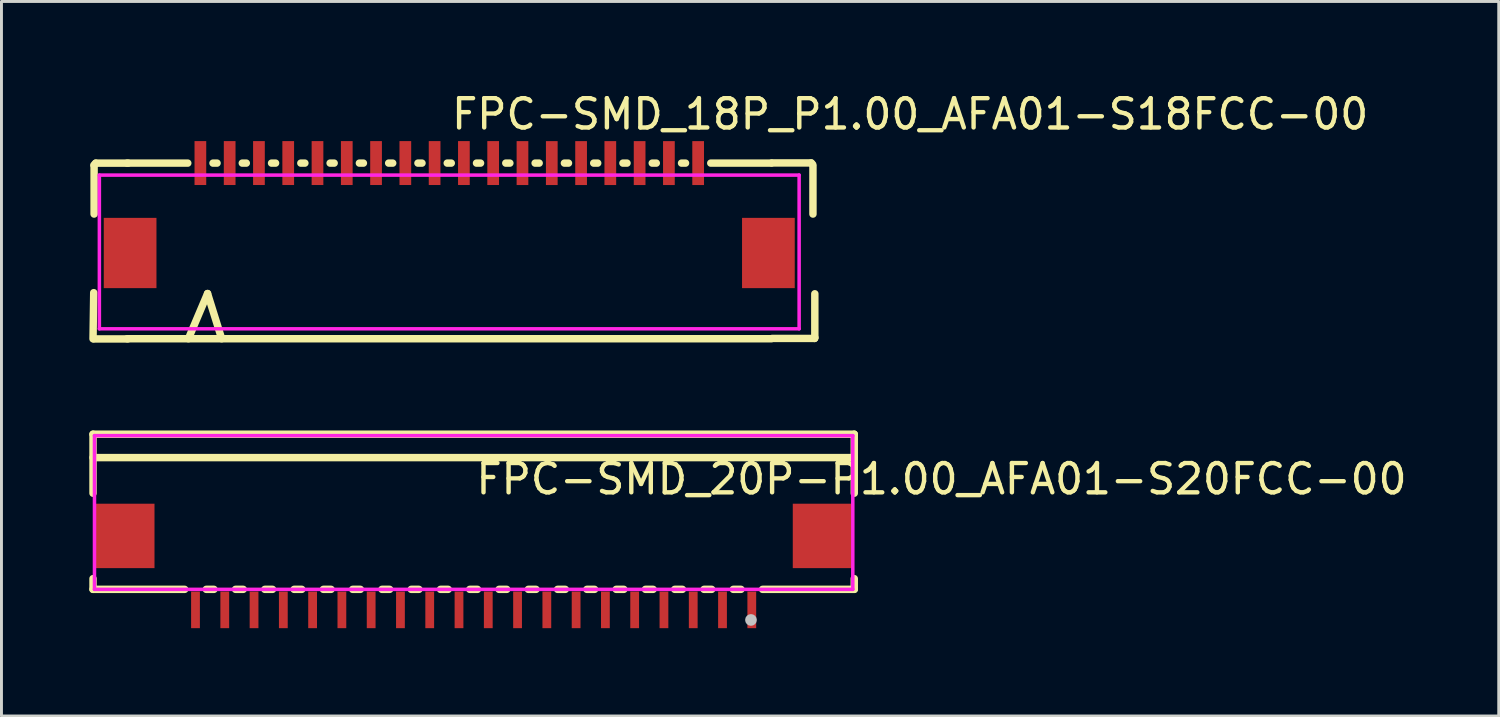
<source format=kicad_pcb>
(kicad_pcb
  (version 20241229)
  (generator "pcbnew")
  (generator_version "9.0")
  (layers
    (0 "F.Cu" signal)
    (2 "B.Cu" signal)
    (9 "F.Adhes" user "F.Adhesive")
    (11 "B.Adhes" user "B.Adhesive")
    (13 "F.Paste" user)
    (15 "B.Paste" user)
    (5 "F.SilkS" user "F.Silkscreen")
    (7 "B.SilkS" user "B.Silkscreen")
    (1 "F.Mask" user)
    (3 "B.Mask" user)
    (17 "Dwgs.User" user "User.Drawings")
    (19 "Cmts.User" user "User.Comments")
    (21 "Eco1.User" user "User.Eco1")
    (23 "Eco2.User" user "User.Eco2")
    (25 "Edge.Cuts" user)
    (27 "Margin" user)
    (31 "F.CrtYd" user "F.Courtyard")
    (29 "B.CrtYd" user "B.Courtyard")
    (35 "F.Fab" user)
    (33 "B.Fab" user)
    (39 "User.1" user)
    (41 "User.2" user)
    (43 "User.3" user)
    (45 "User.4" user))
  (footprint "FPC-SMD_20P-P1.00_AFA01-S20FCC-00"
    (layer "F.Cu")
    (at 13.127 16.517)
    (property "Reference" "FPC-SMD_20P-P1.00_AFA01-S20FCC-00" (at 0 -3.207 0) (layer "F.SilkS") (effects (font (size 1 1) (thickness 0.15)) (justify left)))
    (attr through_hole)
    (fp_line (start -13 -4.737) (end 13 -4.737) (stroke (width 0.254) (type solid)) (layer "F.SilkS"))
    (fp_line (start -13 -3.938) (end 13 -3.938) (stroke (width 0.254) (type solid)) (layer "F.SilkS"))
    (fp_line (start -13 -2.721) (end -13 -4.737) (stroke (width 0.254) (type solid)) (layer "F.SilkS"))
    (fp_line (start -13 0.562) (end -13 0.196) (stroke (width 0.254) (type solid)) (layer "F.SilkS"))
    (fp_line (start -9.869 0.562) (end -13 0.562) (stroke (width 0.254) (type solid)) (layer "F.SilkS"))
    (fp_line (start -8.869 0.562) (end -9.132 0.562) (stroke (width 0.254) (type solid)) (layer "F.SilkS"))
    (fp_line (start -7.869 0.562) (end -8.132 0.562) (stroke (width 0.254) (type solid)) (layer "F.SilkS"))
    (fp_line (start -6.869 0.562) (end -7.132 0.562) (stroke (width 0.254) (type solid)) (layer "F.SilkS"))
    (fp_line (start -5.869 0.562) (end -6.132 0.562) (stroke (width 0.254) (type solid)) (layer "F.SilkS"))
    (fp_line (start -4.869 0.562) (end -5.132 0.562) (stroke (width 0.254) (type solid)) (layer "F.SilkS"))
    (fp_line (start -3.869 0.562) (end -4.132 0.562) (stroke (width 0.254) (type solid)) (layer "F.SilkS"))
    (fp_line (start -2.869 0.562) (end -3.132 0.562) (stroke (width 0.254) (type solid)) (layer "F.SilkS"))
    (fp_line (start -1.869 0.562) (end -2.132 0.562) (stroke (width 0.254) (type solid)) (layer "F.SilkS"))
    (fp_line (start -0.869 0.562) (end -1.132 0.562) (stroke (width 0.254) (type solid)) (layer "F.SilkS"))
    (fp_line (start 0.131 0.562) (end -0.132 0.562) (stroke (width 0.254) (type solid)) (layer "F.SilkS"))
    (fp_line (start 1.131 0.562) (end 0.868 0.562) (stroke (width 0.254) (type solid)) (layer "F.SilkS"))
    (fp_line (start 2.131 0.562) (end 1.868 0.562) (stroke (width 0.254) (type solid)) (layer "F.SilkS"))
    (fp_line (start 3.131 0.562) (end 2.868 0.562) (stroke (width 0.254) (type solid)) (layer "F.SilkS"))
    (fp_line (start 4.131 0.562) (end 3.868 0.562) (stroke (width 0.254) (type solid)) (layer "F.SilkS"))
    (fp_line (start 5.131 0.562) (end 4.868 0.562) (stroke (width 0.254) (type solid)) (layer "F.SilkS"))
    (fp_line (start 6.131 0.562) (end 5.868 0.562) (stroke (width 0.254) (type solid)) (layer "F.SilkS"))
    (fp_line (start 7.131 0.562) (end 6.868 0.562) (stroke (width 0.254) (type solid)) (layer "F.SilkS"))
    (fp_line (start 8.131 0.562) (end 7.868 0.562) (stroke (width 0.254) (type solid)) (layer "F.SilkS"))
    (fp_line (start 9.131 0.562) (end 8.868 0.562) (stroke (width 0.254) (type solid)) (layer "F.SilkS"))
    (fp_line (start 13 -4.737) (end 13 -2.721) (stroke (width 0.254) (type solid)) (layer "F.SilkS"))
    (fp_line (start 13 0.196) (end 13 0.562) (stroke (width 0.254) (type solid)) (layer "F.SilkS"))
    (fp_line (start 13 0.562) (end 9.868 0.562) (stroke (width 0.254) (type solid)) (layer "F.SilkS"))
    (fp_circle (center 9.472 1.607) (end 9.572 1.607) (stroke (width 0.2) (type solid)) (fill no) (layer "Dwgs.User"))
    (fp_circle (center 12.95 1.262) (end 12.98 1.262) (stroke (width 0.06) (type solid)) (fill no) (layer "Eco2.User"))
    (fp_poly (pts (xy -12.95 -2.263) (xy -10.95 -2.263) (xy -10.95 -0.263) (xy -12.95 -0.263)) (stroke (width 0.12) (type solid)) (fill no) (layer "Eco2.User"))
    (fp_poly (pts (xy -9.6 1.262) (xy -9.6 0.512) (xy -9.4 0.512) (xy -9.4 1.262)) (stroke (width 0.12) (type solid)) (fill no) (layer "Eco2.User"))
    (fp_poly (pts (xy -8.6 1.262) (xy -8.6 0.512) (xy -8.4 0.512) (xy -8.4 1.262)) (stroke (width 0.12) (type solid)) (fill no) (layer "Eco2.User"))
    (fp_poly (pts (xy -7.6 1.262) (xy -7.6 0.512) (xy -7.4 0.512) (xy -7.4 1.262)) (stroke (width 0.12) (type solid)) (fill no) (layer "Eco2.User"))
    (fp_poly (pts (xy -6.6 1.262) (xy -6.6 0.512) (xy -6.4 0.512) (xy -6.4 1.262)) (stroke (width 0.12) (type solid)) (fill no) (layer "Eco2.User"))
    (fp_poly (pts (xy -5.6 1.262) (xy -5.6 0.512) (xy -5.4 0.512) (xy -5.4 1.262)) (stroke (width 0.12) (type solid)) (fill no) (layer "Eco2.User"))
    (fp_poly (pts (xy -4.6 1.262) (xy -4.6 0.512) (xy -4.4 0.512) (xy -4.4 1.262)) (stroke (width 0.12) (type solid)) (fill no) (layer "Eco2.User"))
    (fp_poly (pts (xy -3.6 1.262) (xy -3.6 0.512) (xy -3.4 0.512) (xy -3.4 1.262)) (stroke (width 0.12) (type solid)) (fill no) (layer "Eco2.User"))
    (fp_poly (pts (xy -2.6 1.262) (xy -2.6 0.512) (xy -2.4 0.512) (xy -2.4 1.262)) (stroke (width 0.12) (type solid)) (fill no) (layer "Eco2.User"))
    (fp_poly (pts (xy -1.6 1.262) (xy -1.6 0.512) (xy -1.4 0.512) (xy -1.4 1.262)) (stroke (width 0.12) (type solid)) (fill no) (layer "Eco2.User"))
    (fp_poly (pts (xy -0.6 1.262) (xy -0.6 0.512) (xy -0.4 0.512) (xy -0.4 1.262)) (stroke (width 0.12) (type solid)) (fill no) (layer "Eco2.User"))
    (fp_poly (pts (xy 0.4 1.262) (xy 0.4 0.512) (xy 0.6 0.512) (xy 0.6 1.262)) (stroke (width 0.12) (type solid)) (fill no) (layer "Eco2.User"))
    (fp_poly (pts (xy 1.4 1.262) (xy 1.4 0.512) (xy 1.6 0.512) (xy 1.6 1.262)) (stroke (width 0.12) (type solid)) (fill no) (layer "Eco2.User"))
    (fp_poly (pts (xy 2.4 1.262) (xy 2.4 0.512) (xy 2.6 0.512) (xy 2.6 1.262)) (stroke (width 0.12) (type solid)) (fill no) (layer "Eco2.User"))
    (fp_poly (pts (xy 3.4 1.262) (xy 3.4 0.512) (xy 3.6 0.512) (xy 3.6 1.262)) (stroke (width 0.12) (type solid)) (fill no) (layer "Eco2.User"))
    (fp_poly (pts (xy 4.4 1.262) (xy 4.4 0.512) (xy 4.6 0.512) (xy 4.6 1.262)) (stroke (width 0.12) (type solid)) (fill no) (layer "Eco2.User"))
    (fp_poly (pts (xy 5.4 1.262) (xy 5.4 0.512) (xy 5.6 0.512) (xy 5.6 1.262)) (stroke (width 0.12) (type solid)) (fill no) (layer "Eco2.User"))
    (fp_poly (pts (xy 6.4 1.262) (xy 6.4 0.512) (xy 6.6 0.512) (xy 6.6 1.262)) (stroke (width 0.12) (type solid)) (fill no) (layer "Eco2.User"))
    (fp_poly (pts (xy 7.4 1.262) (xy 7.4 0.512) (xy 7.6 0.512) (xy 7.6 1.262)) (stroke (width 0.12) (type solid)) (fill no) (layer "Eco2.User"))
    (fp_poly (pts (xy 8.4 1.262) (xy 8.4 0.512) (xy 8.6 0.512) (xy 8.6 1.262)) (stroke (width 0.12) (type solid)) (fill no) (layer "Eco2.User"))
    (fp_poly (pts (xy 9.4 1.262) (xy 9.4 0.512) (xy 9.6 0.512) (xy 9.6 1.262)) (stroke (width 0.12) (type solid)) (fill no) (layer "Eco2.User"))
    (fp_poly (pts (xy 10.95 -2.263) (xy 12.95 -2.263) (xy 12.95 -0.263) (xy 10.95 -0.263)) (stroke (width 0.12) (type solid)) (fill no) (layer "Eco2.User"))
    (fp_line (start -12.95 -4.688) (end 12.95 -4.688) (stroke (width 0.12) (type solid)) (layer "F.CrtYd"))
    (fp_line (start -12.95 0.562) (end -12.95 -4.688) (stroke (width 0.12) (type solid)) (layer "F.CrtYd"))
    (fp_line (start 12.95 -4.688) (end 12.95 0.562) (stroke (width 0.12) (type solid)) (layer "F.CrtYd"))
    (fp_line (start 12.95 0.562) (end -12.95 0.562) (stroke (width 0.12) (type solid)) (layer "F.CrtYd"))
    (pad "1" smd rect (at 9.5 1.263 270) (size 1.25 0.3) (layers "F.Cu" "F.Mask" "F.Paste"))
    (pad "2" smd rect (at 8.5 1.263 270) (size 1.25 0.3) (layers "F.Cu" "F.Mask" "F.Paste"))
    (pad "3" smd rect (at 7.5 1.263 270) (size 1.25 0.3) (layers "F.Cu" "F.Mask" "F.Paste"))
    (pad "4" smd rect (at 6.5 1.263 270) (size 1.25 0.3) (layers "F.Cu" "F.Mask" "F.Paste"))
    (pad "5" smd rect (at 5.5 1.263 270) (size 1.25 0.3) (layers "F.Cu" "F.Mask" "F.Paste"))
    (pad "6" smd rect (at 4.5 1.263 270) (size 1.25 0.3) (layers "F.Cu" "F.Mask" "F.Paste"))
    (pad "7" smd rect (at 3.5 1.263 270) (size 1.25 0.3) (layers "F.Cu" "F.Mask" "F.Paste"))
    (pad "8" smd rect (at 2.5 1.263 270) (size 1.25 0.3) (layers "F.Cu" "F.Mask" "F.Paste"))
    (pad "9" smd rect (at 1.5 1.263 270) (size 1.25 0.3) (layers "F.Cu" "F.Mask" "F.Paste"))
    (pad "10" smd rect (at 0.5 1.263 270) (size 1.25 0.3) (layers "F.Cu" "F.Mask" "F.Paste"))
    (pad "11" smd rect (at -0.5 1.263 270) (size 1.25 0.3) (layers "F.Cu" "F.Mask" "F.Paste"))
    (pad "12" smd rect (at -1.5 1.263 270) (size 1.25 0.3) (layers "F.Cu" "F.Mask" "F.Paste"))
    (pad "13" smd rect (at -2.5 1.263 270) (size 1.25 0.3) (layers "F.Cu" "F.Mask" "F.Paste"))
    (pad "14" smd rect (at -3.5 1.263 270) (size 1.25 0.3) (layers "F.Cu" "F.Mask" "F.Paste"))
    (pad "15" smd rect (at -4.5 1.263 270) (size 1.25 0.3) (layers "F.Cu" "F.Mask" "F.Paste"))
    (pad "16" smd rect (at -5.5 1.263 270) (size 1.25 0.3) (layers "F.Cu" "F.Mask" "F.Paste"))
    (pad "17" smd rect (at -6.5 1.263 270) (size 1.25 0.3) (layers "F.Cu" "F.Mask" "F.Paste"))
    (pad "18" smd rect (at -7.5 1.263 270) (size 1.25 0.3) (layers "F.Cu" "F.Mask" "F.Paste"))
    (pad "19" smd rect (at -8.5 1.263 270) (size 1.25 0.3) (layers "F.Cu" "F.Mask" "F.Paste"))
    (pad "20" smd rect (at -9.5 1.263 270) (size 1.25 0.3) (layers "F.Cu" "F.Mask" "F.Paste"))
    (pad "21" smd rect (at -11.9 -1.263) (size 2 2.2) (layers "F.Cu" "F.Mask" "F.Paste"))
    (pad "22" smd rect (at 11.9 -1.263) (size 2 2.2) (layers "F.Cu" "F.Mask" "F.Paste")))
  (footprint "FPC-SMD_18P_P1.00_AFA01-S18FCC-00"
    (layer "F.Cu")
    (at 12.294 4.055)
    (property "Reference" "FPC-SMD_18P_P1.00_AFA01-S18FCC-00" (at 0 -3.207 0) (layer "F.SilkS") (effects (font (size 1 1) (thickness 0.15)) (justify left)))
    (attr through_hole)
    (fp_line (start -12.167 4.468) (end -12.143 2.891) (stroke (width 0.254) (type solid)) (layer "F.SilkS"))
    (fp_line (start -12.13 0.206) (end -12.13 -1.432) (stroke (width 0.254) (type solid)) (layer "F.SilkS"))
    (fp_line (start -12.074 -1.533) (end -12.137 -1.469) (stroke (width 0.254) (type solid)) (layer "F.SilkS"))
    (fp_line (start -11 4.464) (end 11 4.464) (stroke (width 0.254) (type solid)) (layer "F.SilkS"))
    (fp_line (start -10.98 4.471) (end -12.136 4.471) (stroke (width 0.254) (type solid)) (layer "F.SilkS"))
    (fp_line (start -10.969 -1.533) (end -12.074 -1.533) (stroke (width 0.254) (type solid)) (layer "F.SilkS"))
    (fp_line (start -8.931 -1.534) (end -11 -1.534) (stroke (width 0.254) (type solid)) (layer "F.SilkS"))
    (fp_line (start -8.909 4.464) (end -8.255 2.921) (stroke (width 0.254) (type solid)) (layer "F.SilkS"))
    (fp_line (start -8.255 2.921) (end -7.773 4.464) (stroke (width 0.254) (type solid)) (layer "F.SilkS"))
    (fp_line (start -7.931 -1.534) (end -8.069 -1.534) (stroke (width 0.254) (type solid)) (layer "F.SilkS"))
    (fp_line (start -6.932 -1.534) (end -7.069 -1.534) (stroke (width 0.254) (type solid)) (layer "F.SilkS"))
    (fp_line (start -5.932 -1.534) (end -6.069 -1.534) (stroke (width 0.254) (type solid)) (layer "F.SilkS"))
    (fp_line (start -4.931 -1.534) (end -5.069 -1.534) (stroke (width 0.254) (type solid)) (layer "F.SilkS"))
    (fp_line (start -3.931 -1.534) (end -4.069 -1.534) (stroke (width 0.254) (type solid)) (layer "F.SilkS"))
    (fp_line (start -2.932 -1.534) (end -3.069 -1.534) (stroke (width 0.254) (type solid)) (layer "F.SilkS"))
    (fp_line (start -1.931 -1.534) (end -2.069 -1.534) (stroke (width 0.254) (type solid)) (layer "F.SilkS"))
    (fp_line (start -0.931 -1.534) (end -1.069 -1.534) (stroke (width 0.254) (type solid)) (layer "F.SilkS"))
    (fp_line (start 0.069 -1.534) (end -0.069 -1.534) (stroke (width 0.254) (type solid)) (layer "F.SilkS"))
    (fp_line (start 1.069 -1.534) (end 0.931 -1.534) (stroke (width 0.254) (type solid)) (layer "F.SilkS"))
    (fp_line (start 2.07 -1.534) (end 1.931 -1.534) (stroke (width 0.254) (type solid)) (layer "F.SilkS"))
    (fp_line (start 3.071 -1.534) (end 2.933 -1.534) (stroke (width 0.254) (type solid)) (layer "F.SilkS"))
    (fp_line (start 4.072 -1.534) (end 3.933 -1.534) (stroke (width 0.254) (type solid)) (layer "F.SilkS"))
    (fp_line (start 5.07 -1.534) (end 4.934 -1.534) (stroke (width 0.254) (type solid)) (layer "F.SilkS"))
    (fp_line (start 6.071 -1.534) (end 5.932 -1.534) (stroke (width 0.254) (type solid)) (layer "F.SilkS"))
    (fp_line (start 7.071 -1.534) (end 6.933 -1.534) (stroke (width 0.254) (type solid)) (layer "F.SilkS"))
    (fp_line (start 8.07 -1.534) (end 7.934 -1.534) (stroke (width 0.254) (type solid)) (layer "F.SilkS"))
    (fp_line (start 11 -1.534) (end 8.932 -1.534) (stroke (width 0.254) (type solid)) (layer "F.SilkS"))
    (fp_line (start 11.017 -1.54) (end 12.363 -1.54) (stroke (width 0.254) (type solid)) (layer "F.SilkS"))
    (fp_line (start 11.029 4.454) (end 12.477 4.454) (stroke (width 0.254) (type solid)) (layer "F.SilkS"))
    (fp_line (start 12.363 -1.54) (end 12.414 -1.489) (stroke (width 0.254) (type solid)) (layer "F.SilkS"))
    (fp_line (start 12.422 -1.432) (end 12.422 0.206) (stroke (width 0.254) (type solid)) (layer "F.SilkS"))
    (fp_line (start 12.477 4.454) (end 12.486 4.426) (stroke (width 0.254) (type solid)) (layer "F.SilkS"))
    (fp_line (start 12.486 2.929) (end 12.486 4.426) (stroke (width 0.254) (type solid)) (layer "F.SilkS"))
    (fp_circle (center -11.95 -1.825) (end -11.85 -1.825) (stroke (width 0.2) (type solid)) (fill no) (layer "Eco2.User"))
    (fp_poly (pts (xy -11.8 0.536) (xy -10 0.536) (xy -10 2.536) (xy -11.8 2.536)) (stroke (width 0.12) (type solid)) (fill no) (layer "Eco2.User"))
    (fp_poly (pts (xy -8.6 -1.825) (xy -8.4 -1.825) (xy -8.4 -1.075) (xy -8.6 -1.075)) (stroke (width 0.12) (type solid)) (fill no) (layer "Eco2.User"))
    (fp_poly (pts (xy -7.6 -1.825) (xy -7.4 -1.825) (xy -7.4 -1.075) (xy -7.6 -1.075)) (stroke (width 0.12) (type solid)) (fill no) (layer "Eco2.User"))
    (fp_poly (pts (xy -6.6 -1.825) (xy -6.4 -1.825) (xy -6.4 -1.075) (xy -6.6 -1.075)) (stroke (width 0.12) (type solid)) (fill no) (layer "Eco2.User"))
    (fp_poly (pts (xy -5.6 -1.825) (xy -5.4 -1.825) (xy -5.4 -1.075) (xy -5.6 -1.075)) (stroke (width 0.12) (type solid)) (fill no) (layer "Eco2.User"))
    (fp_poly (pts (xy -4.6 -1.825) (xy -4.4 -1.825) (xy -4.4 -1.075) (xy -4.6 -1.075)) (stroke (width 0.12) (type solid)) (fill no) (layer "Eco2.User"))
    (fp_poly (pts (xy -3.6 -1.825) (xy -3.4 -1.825) (xy -3.4 -1.075) (xy -3.6 -1.075)) (stroke (width 0.12) (type solid)) (fill no) (layer "Eco2.User"))
    (fp_poly (pts (xy -2.6 -1.825) (xy -2.4 -1.825) (xy -2.4 -1.075) (xy -2.6 -1.075)) (stroke (width 0.12) (type solid)) (fill no) (layer "Eco2.User"))
    (fp_poly (pts (xy -1.6 -1.825) (xy -1.4 -1.825) (xy -1.4 -1.075) (xy -1.6 -1.075)) (stroke (width 0.12) (type solid)) (fill no) (layer "Eco2.User"))
    (fp_poly (pts (xy -0.6 -1.825) (xy -0.4 -1.825) (xy -0.4 -1.075) (xy -0.6 -1.075)) (stroke (width 0.12) (type solid)) (fill no) (layer "Eco2.User"))
    (fp_poly (pts (xy 0.4 -1.825) (xy 0.6 -1.825) (xy 0.6 -1.075) (xy 0.4 -1.075)) (stroke (width 0.12) (type solid)) (fill no) (layer "Eco2.User"))
    (fp_poly (pts (xy 1.4 -1.825) (xy 1.6 -1.825) (xy 1.6 -1.075) (xy 1.4 -1.075)) (stroke (width 0.12) (type solid)) (fill no) (layer "Eco2.User"))
    (fp_poly (pts (xy 2.401 -1.824) (xy 2.601 -1.824) (xy 2.601 -1.074) (xy 2.401 -1.074)) (stroke (width 0.12) (type solid)) (fill no) (layer "Eco2.User"))
    (fp_poly (pts (xy 3.402 -1.824) (xy 3.602 -1.824) (xy 3.602 -1.074) (xy 3.402 -1.074)) (stroke (width 0.12) (type solid)) (fill no) (layer "Eco2.User"))
    (fp_poly (pts (xy 4.403 -1.824) (xy 4.603 -1.824) (xy 4.603 -1.074) (xy 4.403 -1.074)) (stroke (width 0.12) (type solid)) (fill no) (layer "Eco2.User"))
    (fp_poly (pts (xy 5.401 -1.824) (xy 5.601 -1.824) (xy 5.601 -1.074) (xy 5.401 -1.074)) (stroke (width 0.12) (type solid)) (fill no) (layer "Eco2.User"))
    (fp_poly (pts (xy 6.402 -1.824) (xy 6.602 -1.824) (xy 6.602 -1.074) (xy 6.402 -1.074)) (stroke (width 0.12) (type solid)) (fill no) (layer "Eco2.User"))
    (fp_poly (pts (xy 7.402 -1.824) (xy 7.602 -1.824) (xy 7.602 -1.074) (xy 7.402 -1.074)) (stroke (width 0.12) (type solid)) (fill no) (layer "Eco2.User"))
    (fp_poly (pts (xy 8.401 -1.824) (xy 8.601 -1.824) (xy 8.601 -1.074) (xy 8.401 -1.074)) (stroke (width 0.12) (type solid)) (fill no) (layer "Eco2.User"))
    (fp_poly (pts (xy 10 0.536) (xy 11.8 0.536) (xy 11.8 2.536) (xy 10 2.536)) (stroke (width 0.12) (type solid)) (fill no) (layer "Eco2.User"))
    (fp_line (start -11.95 -1.125) (end 11.95 -1.125) (stroke (width 0.12) (type solid)) (layer "F.CrtYd"))
    (fp_line (start -11.95 4.125) (end -11.95 -1.125) (stroke (width 0.12) (type solid)) (layer "F.CrtYd"))
    (fp_line (start 11.95 -1.125) (end 11.95 4.125) (stroke (width 0.12) (type solid)) (layer "F.CrtYd"))
    (fp_line (start 11.95 4.125) (end -11.95 4.125) (stroke (width 0.12) (type solid)) (layer "F.CrtYd"))
    (pad "1" smd rect (at -8.5 -1.536) (size 0.4 1.5) (layers "F.Cu" "F.Mask" "F.Paste"))
    (pad "2" smd rect (at -7.5 -1.536) (size 0.4 1.5) (layers "F.Cu" "F.Mask" "F.Paste"))
    (pad "3" smd rect (at -6.5 -1.536) (size 0.4 1.5) (layers "F.Cu" "F.Mask" "F.Paste"))
    (pad "4" smd rect (at -5.5 -1.536) (size 0.4 1.5) (layers "F.Cu" "F.Mask" "F.Paste"))
    (pad "5" smd rect (at -4.5 -1.536) (size 0.4 1.5) (layers "F.Cu" "F.Mask" "F.Paste"))
    (pad "6" smd rect (at -3.5 -1.536) (size 0.4 1.5) (layers "F.Cu" "F.Mask" "F.Paste"))
    (pad "7" smd rect (at -2.5 -1.536) (size 0.4 1.5) (layers "F.Cu" "F.Mask" "F.Paste"))
    (pad "8" smd rect (at -1.5 -1.536) (size 0.4 1.5) (layers "F.Cu" "F.Mask" "F.Paste"))
    (pad "9" smd rect (at -0.5 -1.536) (size 0.4 1.5) (layers "F.Cu" "F.Mask" "F.Paste"))
    (pad "10" smd rect (at 0.5 -1.536) (size 0.4 1.5) (layers "F.Cu" "F.Mask" "F.Paste"))
    (pad "11" smd rect (at 1.5 -1.536) (size 0.4 1.5) (layers "F.Cu" "F.Mask" "F.Paste"))
    (pad "12" smd rect (at 2.501 -1.535) (size 0.4 1.5) (layers "F.Cu" "F.Mask" "F.Paste"))
    (pad "13" smd rect (at 3.502 -1.535) (size 0.4 1.5) (layers "F.Cu" "F.Mask" "F.Paste"))
    (pad "14" smd rect (at 4.503 -1.535) (size 0.4 1.5) (layers "F.Cu" "F.Mask" "F.Paste"))
    (pad "15" smd rect (at 5.501 -1.535) (size 0.4 1.5) (layers "F.Cu" "F.Mask" "F.Paste"))
    (pad "16" smd rect (at 6.502 -1.535) (size 0.4 1.5) (layers "F.Cu" "F.Mask" "F.Paste"))
    (pad "17" smd rect (at 7.502 -1.535) (size 0.4 1.5) (layers "F.Cu" "F.Mask" "F.Paste"))
    (pad "18" smd rect (at 8.501 -1.535) (size 0.4 1.5) (layers "F.Cu" "F.Mask" "F.Paste"))
    (pad "19" smd rect (at -10.9 1.536) (size 1.8 2.4) (layers "F.Cu" "F.Mask" "F.Paste"))
    (pad "20" smd rect (at 10.9 1.536) (size 1.8 2.4) (layers "F.Cu" "F.Mask" "F.Paste")))
  (gr_rect
    (start -3 -3)
    (end 48.139 21.405)
    (stroke (width 0.1) (type default))
    (fill no)
    (layer "Edge.Cuts")))
</source>
